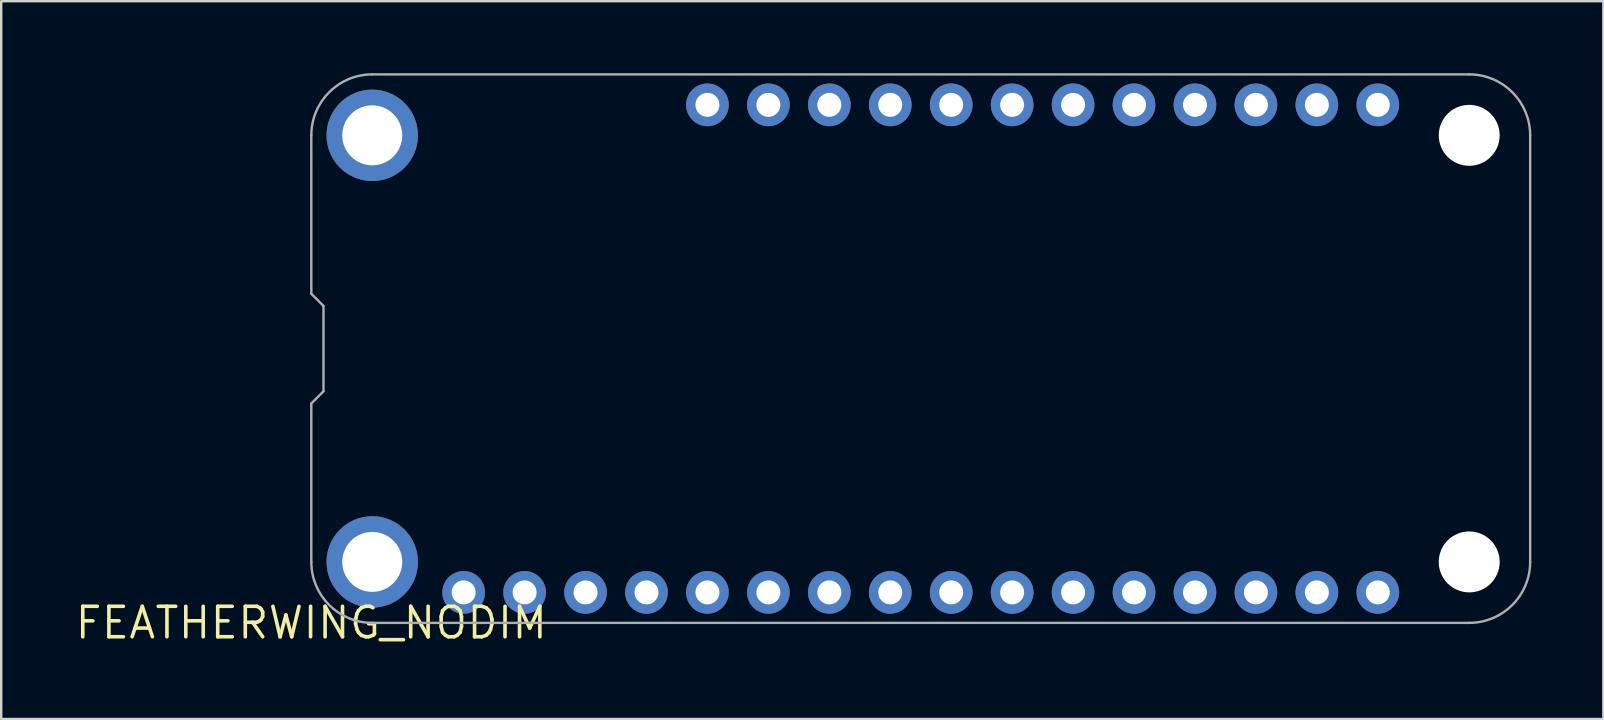
<source format=kicad_pcb>
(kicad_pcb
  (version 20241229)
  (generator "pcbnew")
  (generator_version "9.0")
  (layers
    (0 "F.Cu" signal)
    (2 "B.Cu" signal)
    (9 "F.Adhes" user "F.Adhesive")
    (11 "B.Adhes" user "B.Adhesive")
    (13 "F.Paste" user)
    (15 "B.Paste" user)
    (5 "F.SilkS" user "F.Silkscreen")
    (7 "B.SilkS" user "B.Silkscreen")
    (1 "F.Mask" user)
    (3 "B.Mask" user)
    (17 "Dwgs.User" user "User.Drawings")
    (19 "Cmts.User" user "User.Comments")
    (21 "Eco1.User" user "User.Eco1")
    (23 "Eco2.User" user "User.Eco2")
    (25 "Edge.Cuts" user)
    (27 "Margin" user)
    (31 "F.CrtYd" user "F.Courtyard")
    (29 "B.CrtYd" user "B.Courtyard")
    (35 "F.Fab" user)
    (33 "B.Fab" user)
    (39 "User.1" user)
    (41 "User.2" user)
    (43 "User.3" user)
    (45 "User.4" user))
  (footprint "FEATHERWING_NODIM"
    (layer "F.Cu")
    (at 9.925 22.91)
    (property "Reference" "FEATHERWING_NODIM" (at 0 0 0) (unlocked yes) (layer "F.SilkS") (effects (font (size 1.27 1.27) (thickness 0.15))))
    (fp_line (start 0 -20.32) (end 0 -13.716) (stroke (width 0.1) (type solid)) (layer "F.Fab"))
    (fp_line (start 0 -13.716) (end 0.508 -13.208) (stroke (width 0.1) (type solid)) (layer "F.Fab"))
    (fp_line (start 0 -9.144) (end 0 -2.54) (stroke (width 0.1) (type solid)) (layer "F.Fab"))
    (fp_line (start 0.508 -13.208) (end 0.508 -9.652) (stroke (width 0.1) (type solid)) (layer "F.Fab"))
    (fp_line (start 0.508 -9.652) (end 0 -9.144) (stroke (width 0.1) (type solid)) (layer "F.Fab"))
    (fp_line (start 2.54 0) (end 48.26 0) (stroke (width 0.1) (type solid)) (layer "F.Fab"))
    (fp_line (start 48.26 -22.86) (end 2.54 -22.86) (stroke (width 0.1) (type solid)) (layer "F.Fab"))
    (fp_line (start 50.8 -2.54) (end 50.8 -20.32) (stroke (width 0.1) (type solid)) (layer "F.Fab"))
    (fp_arc (start 0 -20.32) (mid 0.743949 -22.116051) (end 2.54 -22.86) (stroke (width 0.1) (type solid)) (layer "F.Fab"))
    (fp_arc (start 2.54 0) (mid 0.743949 -0.743949) (end 0 -2.54) (stroke (width 0.1) (type solid)) (layer "F.Fab"))
    (fp_arc (start 48.26 -22.86) (mid 50.056051 -22.116051) (end 50.8 -20.32) (stroke (width 0.1) (type solid)) (layer "F.Fab"))
    (fp_arc (start 50.8 -2.54) (mid 50.056051 -0.743949) (end 48.26 0) (stroke (width 0.1) (type solid)) (layer "F.Fab"))
    (pad "" np_thru_hole circle (at 48.26 -20.32) (size 2.54 2.54) (drill 2.54) (layers "*.Cu" "*.Mask"))
    (pad "" np_thru_hole circle (at 48.26 -2.54) (size 2.54 2.54) (drill 2.54) (layers "*.Cu" "*.Mask"))
    (pad "1" thru_hole circle (at 6.35 -1.27) (size 1.778 1.778) (drill 1) (layers "*.Cu" "*.Mask"))
    (pad "2" thru_hole circle (at 8.89 -1.27) (size 1.778 1.778) (drill 1) (layers "*.Cu" "*.Mask"))
    (pad "3" thru_hole circle (at 11.43 -1.27) (size 1.778 1.778) (drill 1) (layers "*.Cu" "*.Mask"))
    (pad "4" thru_hole circle (at 13.97 -1.27) (size 1.778 1.778) (drill 1) (layers "*.Cu" "*.Mask"))
    (pad "5" thru_hole circle (at 16.51 -1.27) (size 1.778 1.778) (drill 1) (layers "*.Cu" "*.Mask"))
    (pad "6" thru_hole circle (at 19.05 -1.27) (size 1.778 1.778) (drill 1) (layers "*.Cu" "*.Mask"))
    (pad "7" thru_hole circle (at 21.59 -1.27) (size 1.778 1.778) (drill 1) (layers "*.Cu" "*.Mask"))
    (pad "8" thru_hole circle (at 24.13 -1.27) (size 1.778 1.778) (drill 1) (layers "*.Cu" "*.Mask"))
    (pad "9" thru_hole circle (at 26.67 -1.27) (size 1.778 1.778) (drill 1) (layers "*.Cu" "*.Mask"))
    (pad "10" thru_hole circle (at 29.21 -1.27) (size 1.778 1.778) (drill 1) (layers "*.Cu" "*.Mask"))
    (pad "11" thru_hole circle (at 31.75 -1.27) (size 1.778 1.778) (drill 1) (layers "*.Cu" "*.Mask"))
    (pad "12" thru_hole circle (at 34.29 -1.27) (size 1.778 1.778) (drill 1) (layers "*.Cu" "*.Mask"))
    (pad "13" thru_hole circle (at 36.83 -1.27) (size 1.778 1.778) (drill 1) (layers "*.Cu" "*.Mask"))
    (pad "14" thru_hole circle (at 39.37 -1.27) (size 1.778 1.778) (drill 1) (layers "*.Cu" "*.Mask"))
    (pad "15" thru_hole circle (at 41.91 -1.27) (size 1.778 1.778) (drill 1) (layers "*.Cu" "*.Mask"))
    (pad "16" thru_hole circle (at 44.45 -1.27) (size 1.778 1.778) (drill 1) (layers "*.Cu" "*.Mask"))
    (pad "17" thru_hole circle (at 44.45 -21.59) (size 1.778 1.778) (drill 1) (layers "*.Cu" "*.Mask"))
    (pad "18" thru_hole circle (at 41.91 -21.59) (size 1.778 1.778) (drill 1) (layers "*.Cu" "*.Mask"))
    (pad "19" thru_hole circle (at 39.37 -21.59) (size 1.778 1.778) (drill 1) (layers "*.Cu" "*.Mask"))
    (pad "20" thru_hole circle (at 36.83 -21.59) (size 1.778 1.778) (drill 1) (layers "*.Cu" "*.Mask"))
    (pad "21" thru_hole circle (at 34.29 -21.59) (size 1.778 1.778) (drill 1) (layers "*.Cu" "*.Mask"))
    (pad "22" thru_hole circle (at 31.75 -21.59) (size 1.778 1.778) (drill 1) (layers "*.Cu" "*.Mask"))
    (pad "23" thru_hole circle (at 29.21 -21.59) (size 1.778 1.778) (drill 1) (layers "*.Cu" "*.Mask"))
    (pad "24" thru_hole circle (at 26.67 -21.59) (size 1.778 1.778) (drill 1) (layers "*.Cu" "*.Mask"))
    (pad "25" thru_hole circle (at 24.13 -21.59) (size 1.778 1.778) (drill 1) (layers "*.Cu" "*.Mask"))
    (pad "26" thru_hole circle (at 21.59 -21.59) (size 1.778 1.778) (drill 1) (layers "*.Cu" "*.Mask"))
    (pad "27" thru_hole circle (at 19.05 -21.59) (size 1.778 1.778) (drill 1) (layers "*.Cu" "*.Mask"))
    (pad "28" thru_hole circle (at 16.51 -21.59) (size 1.778 1.778) (drill 1) (layers "*.Cu" "*.Mask"))
    (pad "P$1" thru_hole circle (at 2.54 -20.32) (size 3.81 3.81) (drill 2.5) (layers "*.Cu" "*.Mask"))
    (pad "P$2" thru_hole circle (at 2.54 -2.54) (size 3.81 3.81) (drill 2.5) (layers "*.Cu" "*.Mask")))
  (gr_rect
    (start -3 -3)
    (end 63.775 26.916)
    (stroke (width 0.1) (type default))
    (fill no)
    (layer "Edge.Cuts")))
</source>
